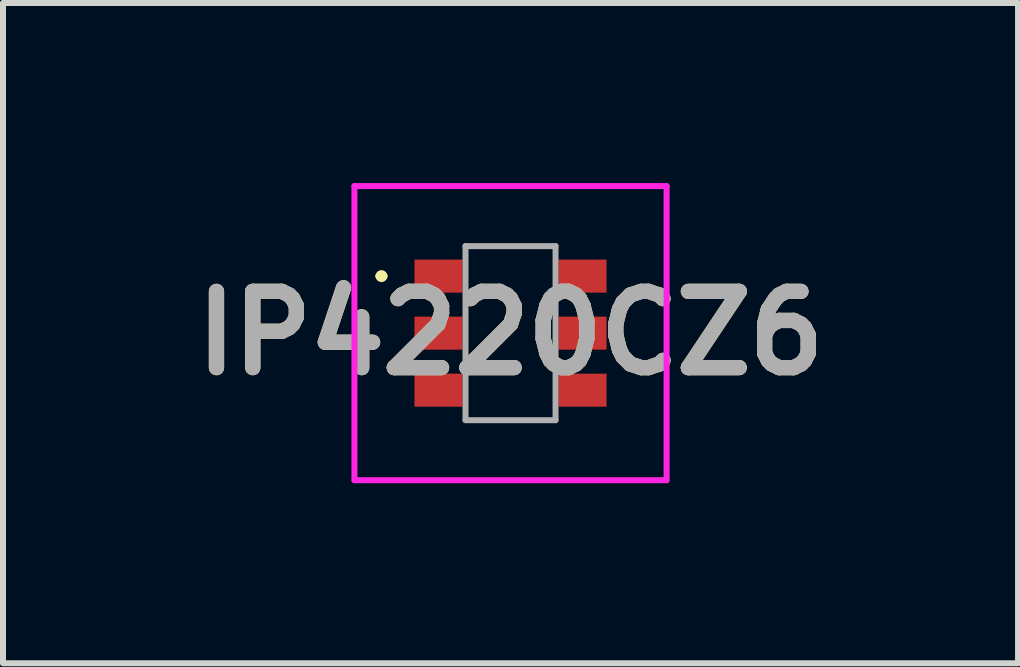
<source format=kicad_pcb>
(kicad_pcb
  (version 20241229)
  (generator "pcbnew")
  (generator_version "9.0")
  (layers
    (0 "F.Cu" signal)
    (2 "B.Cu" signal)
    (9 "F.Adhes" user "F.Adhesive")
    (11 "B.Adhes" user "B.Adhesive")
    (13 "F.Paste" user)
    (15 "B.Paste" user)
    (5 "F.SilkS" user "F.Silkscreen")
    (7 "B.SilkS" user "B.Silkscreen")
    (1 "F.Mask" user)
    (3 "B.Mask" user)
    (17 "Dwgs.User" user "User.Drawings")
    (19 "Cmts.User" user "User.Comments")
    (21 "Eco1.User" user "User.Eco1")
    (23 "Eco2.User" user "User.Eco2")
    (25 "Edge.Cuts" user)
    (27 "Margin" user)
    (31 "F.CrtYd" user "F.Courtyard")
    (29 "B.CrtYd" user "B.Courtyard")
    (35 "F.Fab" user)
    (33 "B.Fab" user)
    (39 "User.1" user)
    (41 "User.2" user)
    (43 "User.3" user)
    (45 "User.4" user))
  (footprint "IP4220CZ6"
    (layer "F.Cu")
    (at 5.455 2.5)
    (property "Reference" "IP4220CZ6" (at 0 0 0) (layer "F.SilkS") (effects (font (size 1.27 1.27) (thickness 0.254))))
    (attr smd)
    (fp_line (start -2.2 -0.95) (end -2.2 -0.95) (stroke (width 0.1) (type solid)) (layer "F.SilkS"))
    (fp_line (start -2.1 -0.95) (end -2.1 -0.95) (stroke (width 0.1) (type solid)) (layer "F.SilkS"))
    (fp_arc (start -2.2 -0.95) (mid -2.15 -1) (end -2.1 -0.95) (stroke (width 0.1) (type solid)) (layer "F.SilkS"))
    (fp_arc (start -2.1 -0.95) (mid -2.15 -0.9) (end -2.2 -0.95) (stroke (width 0.1) (type solid)) (layer "F.SilkS"))
    (fp_line (start -2.6 -2.45) (end -2.6 2.45) (stroke (width 0.1) (type solid)) (layer "F.CrtYd"))
    (fp_line (start -2.6 2.45) (end 2.6 2.45) (stroke (width 0.1) (type solid)) (layer "F.CrtYd"))
    (fp_line (start 2.6 -2.45) (end -2.6 -2.45) (stroke (width 0.1) (type solid)) (layer "F.CrtYd"))
    (fp_line (start 2.6 2.45) (end 2.6 -2.45) (stroke (width 0.1) (type solid)) (layer "F.CrtYd"))
    (fp_line (start -0.75 -1.45) (end -0.75 1.45) (stroke (width 0.1) (type solid)) (layer "F.Fab"))
    (fp_line (start -0.75 1.45) (end 0.75 1.45) (stroke (width 0.1) (type solid)) (layer "F.Fab"))
    (fp_line (start 0.75 -1.45) (end -0.75 -1.45) (stroke (width 0.1) (type solid)) (layer "F.Fab"))
    (fp_line (start 0.75 1.45) (end 0.75 -1.45) (stroke (width 0.1) (type solid)) (layer "F.Fab"))
    (fp_text user "${REFERENCE}" (at 0 0 0) (layer "F.Fab") (effects (font (size 1.27 1.27) (thickness 0.254))))
    (pad "1" smd rect (at -1.2 -0.95 90) (size 0.55 0.8) (layers "F.Cu" "F.Mask" "F.Paste"))
    (pad "2" smd rect (at -1.2 0 90) (size 0.55 0.8) (layers "F.Cu" "F.Mask" "F.Paste"))
    (pad "3" smd rect (at -1.2 0.95 90) (size 0.55 0.8) (layers "F.Cu" "F.Mask" "F.Paste"))
    (pad "4" smd rect (at 1.2 0.95 90) (size 0.55 0.8) (layers "F.Cu" "F.Mask" "F.Paste"))
    (pad "5" smd rect (at 1.2 0 90) (size 0.55 0.8) (layers "F.Cu" "F.Mask" "F.Paste"))
    (pad "6" smd rect (at 1.2 -0.95 90) (size 0.55 0.8) (layers "F.Cu" "F.Mask" "F.Paste")))
  (gr_rect
    (start -3 -3)
    (end 13.91 8)
    (stroke (width 0.1) (type default))
    (fill no)
    (layer "Edge.Cuts")))
</source>
